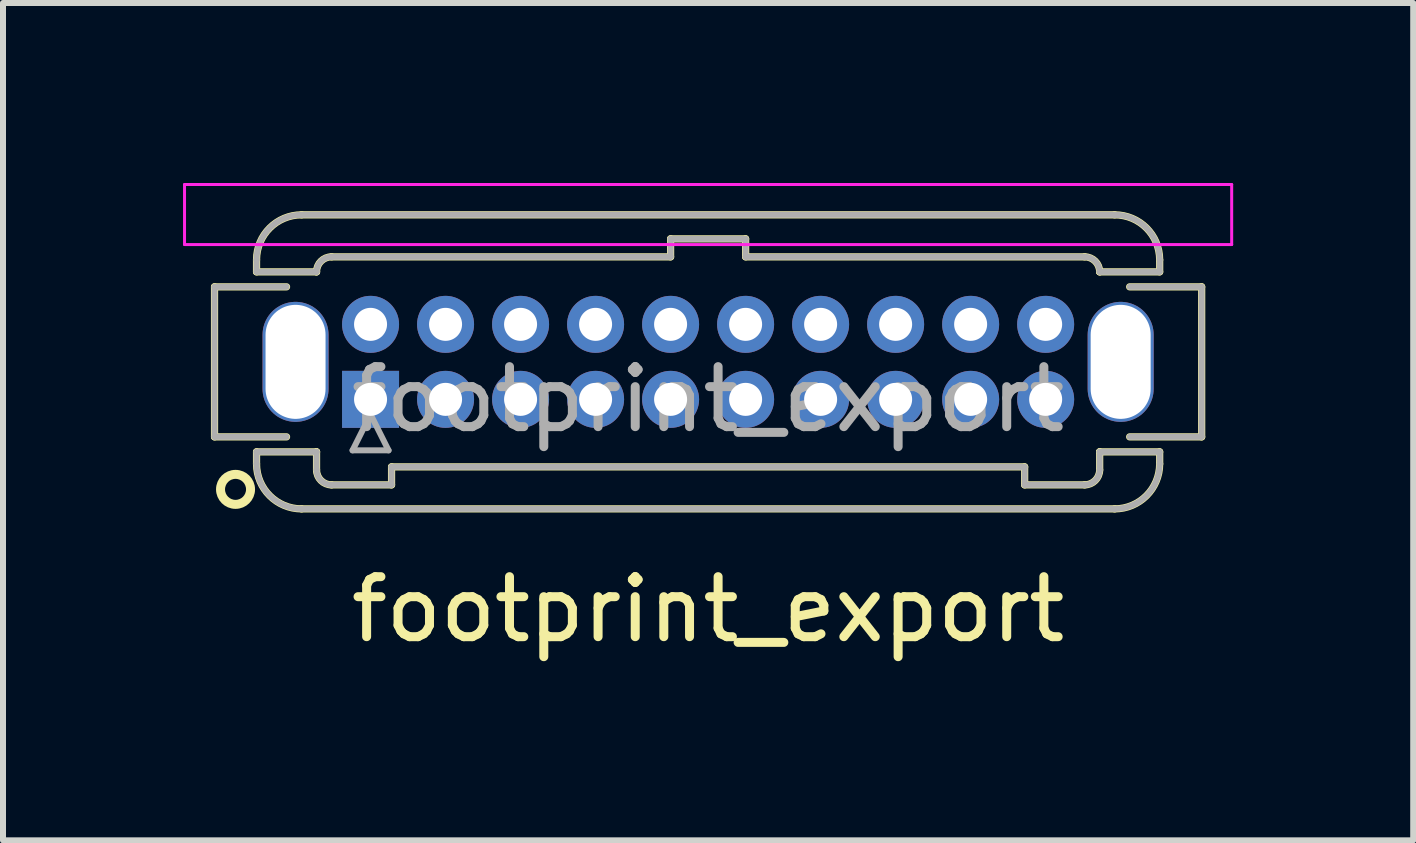
<source format=kicad_pcb>
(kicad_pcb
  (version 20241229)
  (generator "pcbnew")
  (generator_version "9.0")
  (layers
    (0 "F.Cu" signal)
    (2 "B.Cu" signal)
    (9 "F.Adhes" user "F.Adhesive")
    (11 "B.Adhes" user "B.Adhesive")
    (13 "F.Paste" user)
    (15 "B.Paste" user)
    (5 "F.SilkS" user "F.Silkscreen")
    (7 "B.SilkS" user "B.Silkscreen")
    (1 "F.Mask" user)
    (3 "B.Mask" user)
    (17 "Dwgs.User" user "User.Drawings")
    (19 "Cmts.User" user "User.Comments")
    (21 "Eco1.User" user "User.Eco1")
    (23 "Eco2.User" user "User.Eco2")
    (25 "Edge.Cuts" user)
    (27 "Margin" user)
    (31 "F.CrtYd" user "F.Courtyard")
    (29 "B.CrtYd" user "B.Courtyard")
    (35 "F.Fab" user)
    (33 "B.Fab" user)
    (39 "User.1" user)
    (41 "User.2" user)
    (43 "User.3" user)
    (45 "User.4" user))
  (footprint "footprint_export"
    (layer "F.Cu")
    (at 3.125 3.605)
    (property "Reference" "footprint_export" (at 5.625 3.5 0) (layer "F.SilkS") (effects (font (size 1 1) (thickness 0.15))))
    (attr through_hole)
    (fp_line (start -2.6 -1.875) (end -2.6 0.625) (stroke (width 0.12) (type solid)) (layer "F.SilkS"))
    (fp_line (start -2.6 0.625) (end -1.4 0.625) (stroke (width 0.12) (type solid)) (layer "F.SilkS"))
    (fp_line (start -1.9 -2.325) (end -1.9 -2.125) (stroke (width 0.12) (type solid)) (layer "F.SilkS"))
    (fp_line (start -1.9 -2.125) (end -0.9 -2.125) (stroke (width 0.12) (type solid)) (layer "F.SilkS"))
    (fp_line (start -1.9 0.875) (end -0.9 0.875) (stroke (width 0.12) (type solid)) (layer "F.SilkS"))
    (fp_line (start -1.9 1.075) (end -1.9 0.875) (stroke (width 0.12) (type solid)) (layer "F.SilkS"))
    (fp_line (start -1.4 -1.875) (end -2.6 -1.875) (stroke (width 0.12) (type solid)) (layer "F.SilkS"))
    (fp_line (start -1.15 -3.075) (end 12.4 -3.075) (stroke (width 0.12) (type solid)) (layer "F.SilkS"))
    (fp_line (start -1.15 1.825) (end 12.4 1.825) (stroke (width 0.12) (type solid)) (layer "F.SilkS"))
    (fp_line (start -0.9 -2.125) (end -0.9 -2.125) (stroke (width 0.12) (type solid)) (layer "F.SilkS"))
    (fp_line (start -0.9 0.875) (end -0.9 0.875) (stroke (width 0.12) (type solid)) (layer "F.SilkS"))
    (fp_line (start -0.9 1.175) (end -0.9 0.875) (stroke (width 0.12) (type solid)) (layer "F.SilkS"))
    (fp_line (start -0.65 -2.375) (end 5 -2.375) (stroke (width 0.12) (type solid)) (layer "F.SilkS"))
    (fp_line (start -0.65 1.425) (end 0.35 1.425) (stroke (width 0.12) (type solid)) (layer "F.SilkS"))
    (fp_line (start 0.35 1.125) (end 10.9 1.125) (stroke (width 0.12) (type solid)) (layer "F.SilkS"))
    (fp_line (start 0.35 1.425) (end 0.35 1.125) (stroke (width 0.12) (type solid)) (layer "F.SilkS"))
    (fp_line (start 5 -2.675) (end 6.25 -2.675) (stroke (width 0.12) (type solid)) (layer "F.SilkS"))
    (fp_line (start 5 -2.375) (end 5 -2.675) (stroke (width 0.12) (type solid)) (layer "F.SilkS"))
    (fp_line (start 6.25 -2.675) (end 6.25 -2.375) (stroke (width 0.12) (type solid)) (layer "F.SilkS"))
    (fp_line (start 6.25 -2.375) (end 11.9 -2.375) (stroke (width 0.12) (type solid)) (layer "F.SilkS"))
    (fp_line (start 10.9 1.125) (end 10.9 1.425) (stroke (width 0.12) (type solid)) (layer "F.SilkS"))
    (fp_line (start 10.9 1.425) (end 11.9 1.425) (stroke (width 0.12) (type solid)) (layer "F.SilkS"))
    (fp_line (start 12.15 -2.125) (end 12.15 -2.125) (stroke (width 0.12) (type solid)) (layer "F.SilkS"))
    (fp_line (start 12.15 0.875) (end 12.15 0.875) (stroke (width 0.12) (type solid)) (layer "F.SilkS"))
    (fp_line (start 12.15 1.175) (end 12.15 0.875) (stroke (width 0.12) (type solid)) (layer "F.SilkS"))
    (fp_line (start 12.65 -1.875) (end 13.85 -1.875) (stroke (width 0.12) (type solid)) (layer "F.SilkS"))
    (fp_line (start 13.15 -2.325) (end 13.15 -2.125) (stroke (width 0.12) (type solid)) (layer "F.SilkS"))
    (fp_line (start 13.15 -2.125) (end 12.15 -2.125) (stroke (width 0.12) (type solid)) (layer "F.SilkS"))
    (fp_line (start 13.15 0.875) (end 12.15 0.875) (stroke (width 0.12) (type solid)) (layer "F.SilkS"))
    (fp_line (start 13.15 1.075) (end 13.15 0.875) (stroke (width 0.12) (type solid)) (layer "F.SilkS"))
    (fp_line (start 13.85 -1.875) (end 13.85 0.625) (stroke (width 0.12) (type solid)) (layer "F.SilkS"))
    (fp_line (start 13.85 0.625) (end 12.65 0.625) (stroke (width 0.12) (type solid)) (layer "F.SilkS"))
    (fp_arc (start -1.9 -2.325) (mid -1.68033 -2.85533) (end -1.15 -3.075) (stroke (width 0.12) (type solid)) (layer "F.SilkS"))
    (fp_arc (start -1.15 1.825) (mid -1.68033 1.60533) (end -1.9 1.075) (stroke (width 0.12) (type solid)) (layer "F.SilkS"))
    (fp_arc (start -0.9 -2.125) (mid -0.826777 -2.301777) (end -0.65 -2.375) (stroke (width 0.12) (type solid)) (layer "F.SilkS"))
    (fp_arc (start -0.65 1.425) (mid -0.826777 1.351777) (end -0.9 1.175) (stroke (width 0.12) (type solid)) (layer "F.SilkS"))
    (fp_arc (start 11.9 -2.375) (mid 12.076777 -2.301777) (end 12.15 -2.125) (stroke (width 0.12) (type solid)) (layer "F.SilkS"))
    (fp_arc (start 12.15 1.175) (mid 12.076777 1.351777) (end 11.9 1.425) (stroke (width 0.12) (type solid)) (layer "F.SilkS"))
    (fp_arc (start 12.4 -3.075) (mid 12.93033 -2.85533) (end 13.15 -2.325) (stroke (width 0.12) (type solid)) (layer "F.SilkS"))
    (fp_arc (start 13.15 1.075) (mid 12.93033 1.60533) (end 12.4 1.825) (stroke (width 0.12) (type solid)) (layer "F.SilkS"))
    (fp_circle (center -2.25 1.5) (end -2 1.5) (stroke (width 0.15) (type solid)) (fill no) (layer "F.SilkS"))
    (fp_line (start -3.1 -3.58) (end -3.1 -2.58) (stroke (width 0.05) (type solid)) (layer "F.CrtYd"))
    (fp_line (start -3.1 -2.58) (end 14.35 -2.58) (stroke (width 0.05) (type solid)) (layer "F.CrtYd"))
    (fp_line (start 14.35 -3.58) (end -3.1 -3.58) (stroke (width 0.05) (type solid)) (layer "F.CrtYd"))
    (fp_line (start 14.35 -2.58) (end 14.35 -3.58) (stroke (width 0.05) (type solid)) (layer "F.CrtYd"))
    (fp_line (start -2.6 -1.875) (end -2.6 0.625) (stroke (width 0.1) (type solid)) (layer "F.Fab"))
    (fp_line (start -2.6 0.625) (end -1.4 0.625) (stroke (width 0.1) (type solid)) (layer "F.Fab"))
    (fp_line (start -1.9 -2.325) (end -1.9 -2.125) (stroke (width 0.1) (type solid)) (layer "F.Fab"))
    (fp_line (start -1.9 -2.125) (end -0.9 -2.125) (stroke (width 0.1) (type solid)) (layer "F.Fab"))
    (fp_line (start -1.9 0.875) (end -0.9 0.875) (stroke (width 0.1) (type solid)) (layer "F.Fab"))
    (fp_line (start -1.9 1.075) (end -1.9 0.875) (stroke (width 0.1) (type solid)) (layer "F.Fab"))
    (fp_line (start -1.4 -1.875) (end -2.6 -1.875) (stroke (width 0.1) (type solid)) (layer "F.Fab"))
    (fp_line (start -1.15 -3.075) (end 12.4 -3.075) (stroke (width 0.1) (type solid)) (layer "F.Fab"))
    (fp_line (start -1.15 1.825) (end 12.4 1.825) (stroke (width 0.1) (type solid)) (layer "F.Fab"))
    (fp_line (start -0.9 -2.125) (end -0.9 -2.125) (stroke (width 0.1) (type solid)) (layer "F.Fab"))
    (fp_line (start -0.9 0.875) (end -0.9 0.875) (stroke (width 0.1) (type solid)) (layer "F.Fab"))
    (fp_line (start -0.9 1.175) (end -0.9 0.875) (stroke (width 0.1) (type solid)) (layer "F.Fab"))
    (fp_line (start -0.65 -2.375) (end 5 -2.375) (stroke (width 0.1) (type solid)) (layer "F.Fab"))
    (fp_line (start -0.65 1.425) (end 0.35 1.425) (stroke (width 0.1) (type solid)) (layer "F.Fab"))
    (fp_line (start -0.3 0.85) (end 0.3 0.85) (stroke (width 0.1) (type solid)) (layer "F.Fab"))
    (fp_line (start 0 0.25) (end -0.3 0.85) (stroke (width 0.1) (type solid)) (layer "F.Fab"))
    (fp_line (start 0.3 0.85) (end 0 0.25) (stroke (width 0.1) (type solid)) (layer "F.Fab"))
    (fp_line (start 0.35 1.125) (end 10.9 1.125) (stroke (width 0.1) (type solid)) (layer "F.Fab"))
    (fp_line (start 0.35 1.425) (end 0.35 1.125) (stroke (width 0.1) (type solid)) (layer "F.Fab"))
    (fp_line (start 5 -2.675) (end 6.25 -2.675) (stroke (width 0.1) (type solid)) (layer "F.Fab"))
    (fp_line (start 5 -2.375) (end 5 -2.675) (stroke (width 0.1) (type solid)) (layer "F.Fab"))
    (fp_line (start 6.25 -2.675) (end 6.25 -2.375) (stroke (width 0.1) (type solid)) (layer "F.Fab"))
    (fp_line (start 6.25 -2.375) (end 11.9 -2.375) (stroke (width 0.1) (type solid)) (layer "F.Fab"))
    (fp_line (start 10.9 1.125) (end 10.9 1.425) (stroke (width 0.1) (type solid)) (layer "F.Fab"))
    (fp_line (start 10.9 1.425) (end 11.9 1.425) (stroke (width 0.1) (type solid)) (layer "F.Fab"))
    (fp_line (start 12.15 -2.125) (end 12.15 -2.125) (stroke (width 0.1) (type solid)) (layer "F.Fab"))
    (fp_line (start 12.15 0.875) (end 12.15 0.875) (stroke (width 0.1) (type solid)) (layer "F.Fab"))
    (fp_line (start 12.15 1.175) (end 12.15 0.875) (stroke (width 0.1) (type solid)) (layer "F.Fab"))
    (fp_line (start 12.65 -1.875) (end 13.85 -1.875) (stroke (width 0.1) (type solid)) (layer "F.Fab"))
    (fp_line (start 13.15 -2.325) (end 13.15 -2.125) (stroke (width 0.1) (type solid)) (layer "F.Fab"))
    (fp_line (start 13.15 -2.125) (end 12.15 -2.125) (stroke (width 0.1) (type solid)) (layer "F.Fab"))
    (fp_line (start 13.15 0.875) (end 12.15 0.875) (stroke (width 0.1) (type solid)) (layer "F.Fab"))
    (fp_line (start 13.15 1.075) (end 13.15 0.875) (stroke (width 0.1) (type solid)) (layer "F.Fab"))
    (fp_line (start 13.85 -1.875) (end 13.85 0.625) (stroke (width 0.1) (type solid)) (layer "F.Fab"))
    (fp_line (start 13.85 0.625) (end 12.65 0.625) (stroke (width 0.1) (type solid)) (layer "F.Fab"))
    (fp_arc (start -1.9 -2.325) (mid -1.68033 -2.85533) (end -1.15 -3.075) (stroke (width 0.1) (type solid)) (layer "F.Fab"))
    (fp_arc (start -1.15 1.825) (mid -1.68033 1.60533) (end -1.9 1.075) (stroke (width 0.1) (type solid)) (layer "F.Fab"))
    (fp_arc (start -0.9 -2.125) (mid -0.826777 -2.301777) (end -0.65 -2.375) (stroke (width 0.1) (type solid)) (layer "F.Fab"))
    (fp_arc (start -0.65 1.425) (mid -0.826777 1.351777) (end -0.9 1.175) (stroke (width 0.1) (type solid)) (layer "F.Fab"))
    (fp_arc (start 11.9 -2.375) (mid 12.076777 -2.301777) (end 12.15 -2.125) (stroke (width 0.1) (type solid)) (layer "F.Fab"))
    (fp_arc (start 12.15 1.175) (mid 12.076777 1.351777) (end 11.9 1.425) (stroke (width 0.1) (type solid)) (layer "F.Fab"))
    (fp_arc (start 12.4 -3.075) (mid 12.93033 -2.85533) (end 13.15 -2.325) (stroke (width 0.1) (type solid)) (layer "F.Fab"))
    (fp_arc (start 13.15 1.075) (mid 12.93033 1.60533) (end 12.4 1.825) (stroke (width 0.1) (type solid)) (layer "F.Fab"))
    (fp_text user "${REFERENCE}" (at 5.625 0 0) (layer "F.Fab") (effects (font (size 1 1) (thickness 0.15))))
    (pad "" np_thru_hole oval (at -1.25 -0.625) (size 1.1 2) (drill oval 1 1.9) (layers "*.Cu" "*.Mask"))
    (pad "" np_thru_hole oval (at 12.5 -0.625) (size 1.1 2) (drill oval 1 1.9) (layers "*.Cu" "*.Mask"))
    (pad "1" thru_hole rect (at 0 0) (size 0.95 0.95) (drill 0.55) (layers "*.Cu" "*.Mask"))
    (pad "2" thru_hole circle (at 0 -1.25) (size 0.95 0.95) (drill 0.55) (layers "*.Cu" "*.Mask"))
    (pad "3" thru_hole circle (at 1.25 0) (size 0.95 0.95) (drill 0.55) (layers "*.Cu" "*.Mask"))
    (pad "4" thru_hole circle (at 1.25 -1.25) (size 0.95 0.95) (drill 0.55) (layers "*.Cu" "*.Mask"))
    (pad "5" thru_hole circle (at 2.5 0) (size 0.95 0.95) (drill 0.55) (layers "*.Cu" "*.Mask"))
    (pad "6" thru_hole circle (at 2.5 -1.25) (size 0.95 0.95) (drill 0.55) (layers "*.Cu" "*.Mask"))
    (pad "7" thru_hole circle (at 3.75 0) (size 0.95 0.95) (drill 0.55) (layers "*.Cu" "*.Mask"))
    (pad "8" thru_hole circle (at 3.75 -1.25) (size 0.95 0.95) (drill 0.55) (layers "*.Cu" "*.Mask"))
    (pad "9" thru_hole circle (at 5 0) (size 0.95 0.95) (drill 0.55) (layers "*.Cu" "*.Mask"))
    (pad "10" thru_hole circle (at 5 -1.25) (size 0.95 0.95) (drill 0.55) (layers "*.Cu" "*.Mask"))
    (pad "11" thru_hole circle (at 6.25 0) (size 0.95 0.95) (drill 0.55) (layers "*.Cu" "*.Mask"))
    (pad "12" thru_hole circle (at 6.25 -1.25) (size 0.95 0.95) (drill 0.55) (layers "*.Cu" "*.Mask"))
    (pad "13" thru_hole circle (at 7.5 0) (size 0.95 0.95) (drill 0.55) (layers "*.Cu" "*.Mask"))
    (pad "14" thru_hole circle (at 7.5 -1.25) (size 0.95 0.95) (drill 0.55) (layers "*.Cu" "*.Mask"))
    (pad "15" thru_hole circle (at 8.75 0) (size 0.95 0.95) (drill 0.55) (layers "*.Cu" "*.Mask"))
    (pad "16" thru_hole circle (at 8.75 -1.25) (size 0.95 0.95) (drill 0.55) (layers "*.Cu" "*.Mask"))
    (pad "17" thru_hole circle (at 10 0) (size 0.95 0.95) (drill 0.55) (layers "*.Cu" "*.Mask"))
    (pad "18" thru_hole circle (at 10 -1.25) (size 0.95 0.95) (drill 0.55) (layers "*.Cu" "*.Mask"))
    (pad "19" thru_hole circle (at 11.25 0) (size 0.95 0.95) (drill 0.55) (layers "*.Cu" "*.Mask"))
    (pad "20" thru_hole circle (at 11.25 -1.25) (size 0.95 0.95) (drill 0.55) (layers "*.Cu" "*.Mask")))
  (gr_rect
    (start -3 -3)
    (end 20.5 10.953)
    (stroke (width 0.1) (type default))
    (fill no)
    (layer "Edge.Cuts")))
</source>
